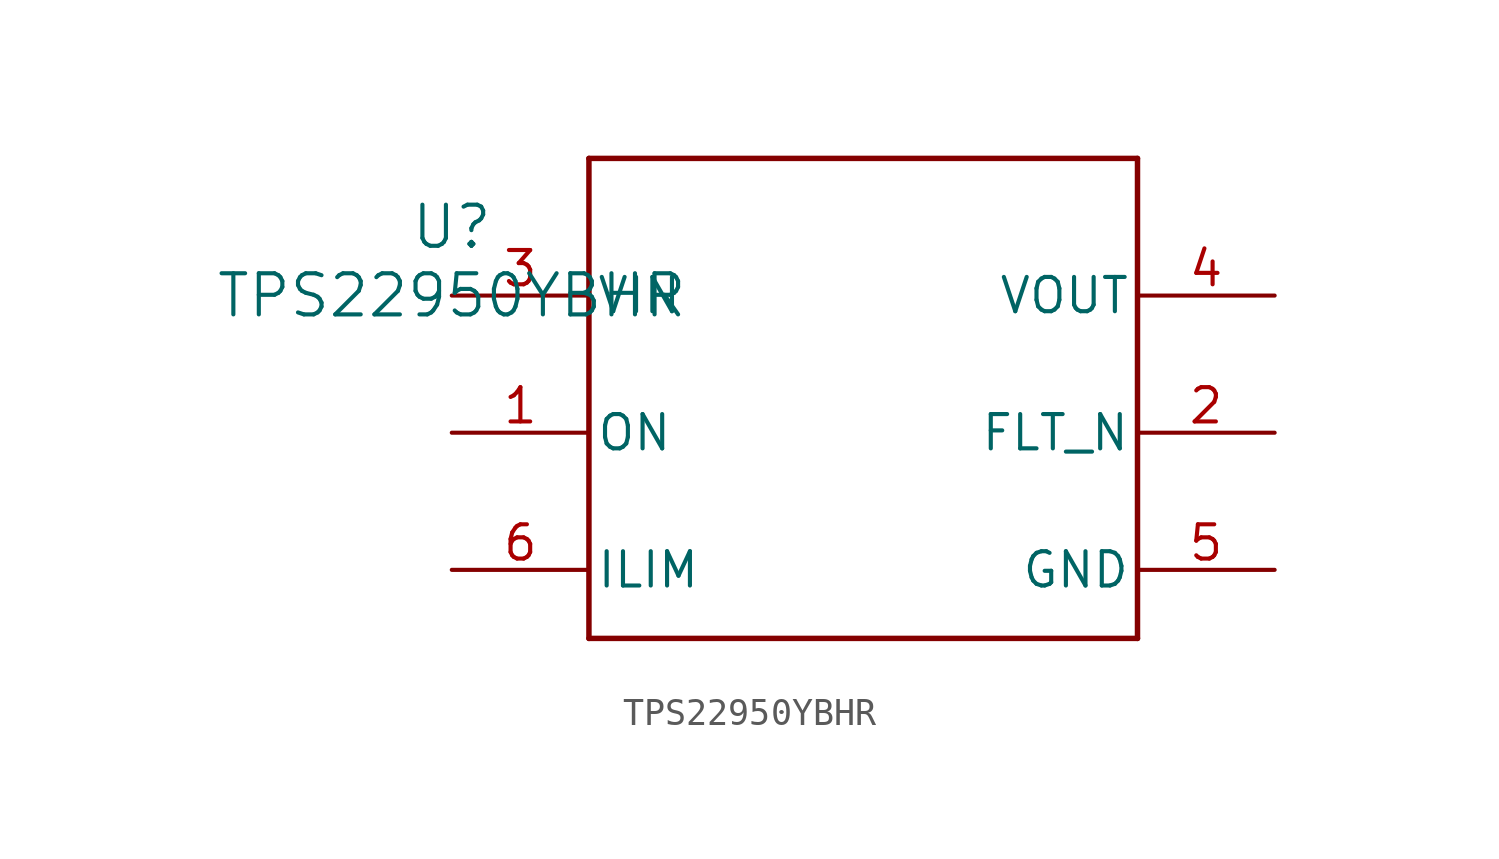
<source format=kicad_sym>
(kicad_symbol_lib
  (version 20211014)
  (generator kicad_symbol_editor)
  (symbol "TPS22950YBHR"
    (pin_names
      (offset 0.254))
    (property "Reference" "U"
      (at 0 2.54 0)
      (effects (font (size 1.524 1.524))))
    (property "Value" "TPS22950YBHR"
      (at 0 0 0)
      (effects (font (size 1.524 1.524))))
    (symbol "TPS22950YBHR_0_1"
      (polyline (pts (xy 5.08 -12.7) (xy 25.4 -12.7)) (stroke (width 0.203) (type default) (color 0 0 0 0)) (fill (type none)))
      (polyline (pts (xy 25.4 -12.7) (xy 25.4 5.08)) (stroke (width 0.203) (type default) (color 0 0 0 0)) (fill (type none)))
      (polyline (pts (xy 25.4 5.08) (xy 5.08 5.08)) (stroke (width 0.203) (type default) (color 0 0 0 0)) (fill (type none)))
      (polyline (pts (xy 5.08 5.08) (xy 5.08 -12.7)) (stroke (width 0.203) (type default) (color 0 0 0 0)) (fill (type none)))
      (pin input line (at 0 -5.08 0) (length 5.08) (name "ON" (effects (font (size 1.27 1.27)))) (number "1" (effects (font (size 1.27 1.27)))))
      (pin open_collector line (at 30.48 -5.08 180) (length 5.08) (name "FLT_N" (effects (font (size 1.27 1.27)))) (number "2" (effects (font (size 1.27 1.27)))))
      (pin power_in line (at 0 0 0) (length 5.08) (name "VIN" (effects (font (size 1.27 1.27)))) (number "3" (effects (font (size 1.27 1.27)))))
      (pin power_in line (at 30.48 0 180) (length 5.08) (name "VOUT" (effects (font (size 1.27 1.27)))) (number "4" (effects (font (size 1.27 1.27)))))
      (pin power_in line (at 30.48 -10.16 180) (length 5.08) (name "GND" (effects (font (size 1.27 1.27)))) (number "5" (effects (font (size 1.27 1.27)))))
      (pin unspecified line (at 0 -10.16 0) (length 5.08) (name "ILIM" (effects (font (size 1.27 1.27)))) (number "6" (effects (font (size 1.27 1.27))))))))
</source>
